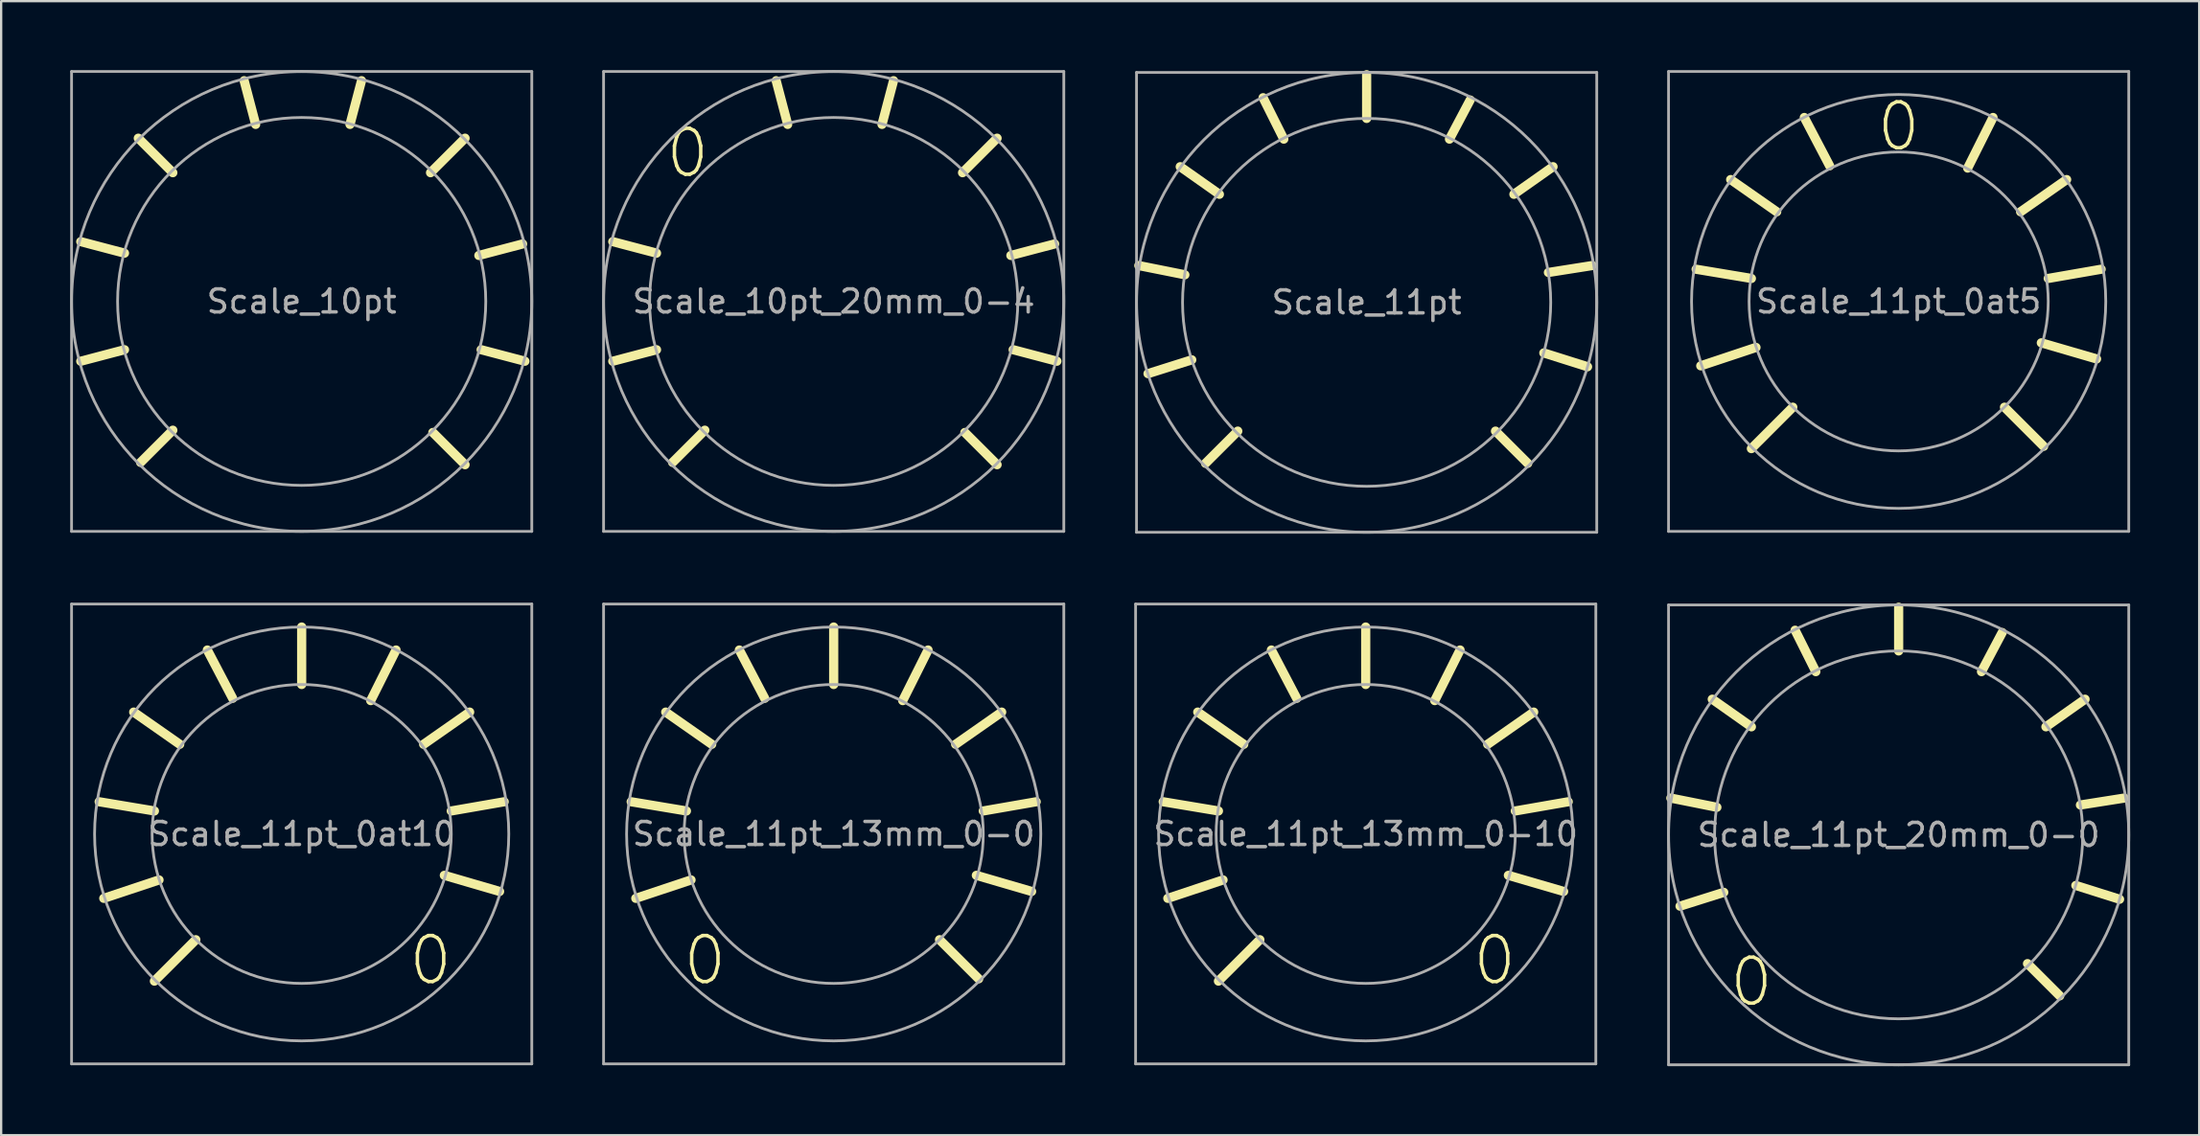
<source format=kicad_pcb>
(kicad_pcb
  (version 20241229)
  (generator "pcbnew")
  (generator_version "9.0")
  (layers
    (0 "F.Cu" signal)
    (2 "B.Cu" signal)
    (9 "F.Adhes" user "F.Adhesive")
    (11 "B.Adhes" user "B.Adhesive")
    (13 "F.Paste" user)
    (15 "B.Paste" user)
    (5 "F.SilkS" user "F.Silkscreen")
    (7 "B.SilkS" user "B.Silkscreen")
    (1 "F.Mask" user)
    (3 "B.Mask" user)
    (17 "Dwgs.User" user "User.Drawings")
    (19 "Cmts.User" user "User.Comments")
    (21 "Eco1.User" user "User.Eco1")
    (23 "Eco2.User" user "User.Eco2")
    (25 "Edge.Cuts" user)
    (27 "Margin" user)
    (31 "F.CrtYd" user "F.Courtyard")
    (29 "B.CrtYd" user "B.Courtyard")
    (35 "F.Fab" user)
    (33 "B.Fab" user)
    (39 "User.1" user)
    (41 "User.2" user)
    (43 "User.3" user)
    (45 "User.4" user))
  (footprint "Scale_10pt"
    (layer "F.Cu")
    (at 10.06 10.06)
    (property "Reference" "Scale_10pt" (at 0 0 0) (layer "F.Fab") (effects (font (size 1 1) (thickness 0.15))))
    (attr through_hole)
    (fp_line (start -7.7 -2.1) (end -9.6 -2.6) (stroke (width 0.4) (type solid)) (layer "F.SilkS"))
    (fp_line (start -7.7 2.1) (end -9.6 2.6) (stroke (width 0.4) (type solid)) (layer "F.SilkS"))
    (fp_line (start -5.6 -5.6) (end -7.1 -7.1) (stroke (width 0.4) (type solid)) (layer "F.SilkS"))
    (fp_line (start -5.6 5.6) (end -7 7) (stroke (width 0.4) (type solid)) (layer "F.SilkS"))
    (fp_line (start -2 -7.7) (end -2.5 -9.6) (stroke (width 0.4) (type solid)) (layer "F.SilkS"))
    (fp_line (start 2.1 -7.7) (end 2.6 -9.6) (stroke (width 0.4) (type solid)) (layer "F.SilkS"))
    (fp_line (start 5.6 -5.6) (end 7.1 -7.1) (stroke (width 0.4) (type solid)) (layer "F.SilkS"))
    (fp_line (start 5.7 5.7) (end 7.1 7.1) (stroke (width 0.4) (type solid)) (layer "F.SilkS"))
    (fp_line (start 7.7 -2) (end 9.6 -2.5) (stroke (width 0.4) (type solid)) (layer "F.SilkS"))
    (fp_line (start 7.8 2.1) (end 9.7 2.6) (stroke (width 0.4) (type solid)) (layer "F.SilkS"))
    (fp_line (start -10 -10) (end -10 10) (stroke (width 0.12) (type solid)) (layer "F.Fab"))
    (fp_line (start -10 -10) (end 10 -10) (stroke (width 0.12) (type solid)) (layer "F.Fab"))
    (fp_line (start -10 10) (end 10 10) (stroke (width 0.12) (type solid)) (layer "F.Fab"))
    (fp_line (start 10 -10) (end 10 10) (stroke (width 0.12) (type solid)) (layer "F.Fab"))
    (fp_circle (center 0 0) (end 8 0) (stroke (width 0.12) (type solid)) (fill no) (layer "F.Fab"))
    (fp_circle (center 0 0) (end 10 0) (stroke (width 0.12) (type solid)) (fill no) (layer "F.Fab")))
  (footprint "Scale_10pt_20mm_0-4"
    (layer "F.Cu")
    (at 33.18 10.06)
    (property "Reference" "Scale_10pt_20mm_0-4" (at 0 0 0) (layer "F.Fab") (effects (font (size 1 1) (thickness 0.15))))
    (attr through_hole)
    (fp_line (start -7.7 -2.1) (end -9.6 -2.6) (stroke (width 0.4) (type solid)) (layer "F.SilkS"))
    (fp_line (start -7.7 2.1) (end -9.6 2.6) (stroke (width 0.4) (type solid)) (layer "F.SilkS"))
    (fp_line (start -5.6 5.6) (end -7 7) (stroke (width 0.4) (type solid)) (layer "F.SilkS"))
    (fp_line (start -2 -7.7) (end -2.5 -9.6) (stroke (width 0.4) (type solid)) (layer "F.SilkS"))
    (fp_line (start 2.1 -7.7) (end 2.6 -9.6) (stroke (width 0.4) (type solid)) (layer "F.SilkS"))
    (fp_line (start 5.6 -5.6) (end 7.1 -7.1) (stroke (width 0.4) (type solid)) (layer "F.SilkS"))
    (fp_line (start 5.7 5.7) (end 7.1 7.1) (stroke (width 0.4) (type solid)) (layer "F.SilkS"))
    (fp_line (start 7.7 -2) (end 9.6 -2.5) (stroke (width 0.4) (type solid)) (layer "F.SilkS"))
    (fp_line (start 7.8 2.1) (end 9.7 2.6) (stroke (width 0.4) (type solid)) (layer "F.SilkS"))
    (fp_line (start -10 -10) (end -10 10) (stroke (width 0.12) (type solid)) (layer "F.Fab"))
    (fp_line (start -10 -10) (end 10 -10) (stroke (width 0.12) (type solid)) (layer "F.Fab"))
    (fp_line (start -10 10) (end 10 10) (stroke (width 0.12) (type solid)) (layer "F.Fab"))
    (fp_line (start 10 -10) (end 10 10) (stroke (width 0.12) (type solid)) (layer "F.Fab"))
    (fp_circle (center 0 0) (end 8 0) (stroke (width 0.12) (type solid)) (fill no) (layer "F.Fab"))
    (fp_circle (center 0 0) (end 10 0) (stroke (width 0.12) (type solid)) (fill no) (layer "F.Fab"))
    (fp_text user "0" (at -6.35 -6.447 0) (layer "F.SilkS") (effects (font (size 2 2) (thickness 0.15)))))
  (footprint "Scale_11pt_20mm_0-0"
    (layer "F.Cu")
    (at 79.46 33.26)
    (property "Reference" "Scale_11pt_20mm_0-0" (at 0 0 0) (layer "F.Fab") (effects (font (size 1 1) (thickness 0.15))))
    (attr through_hole)
    (fp_line (start -7.9 -1.2) (end -9.9 -1.6) (stroke (width 0.4) (type solid)) (layer "F.SilkS"))
    (fp_line (start -7.6 2.5) (end -9.5 3.1) (stroke (width 0.4) (type solid)) (layer "F.SilkS"))
    (fp_line (start -6.4 -4.7) (end -8.1 -5.9) (stroke (width 0.4) (type solid)) (layer "F.SilkS"))
    (fp_line (start -3.6 -7.1) (end -4.5 -8.9) (stroke (width 0.4) (type solid)) (layer "F.SilkS"))
    (fp_line (start 0 -8) (end 0 -9.9) (stroke (width 0.4) (type solid)) (layer "F.SilkS"))
    (fp_line (start 3.6 -7.1) (end 4.5 -8.8) (stroke (width 0.4) (type solid)) (layer "F.SilkS"))
    (fp_line (start 5.6 5.6) (end 7 7) (stroke (width 0.4) (type solid)) (layer "F.SilkS"))
    (fp_line (start 6.4 -4.7) (end 8.1 -5.9) (stroke (width 0.4) (type solid)) (layer "F.SilkS"))
    (fp_line (start 7.7 2.2) (end 9.6 2.8) (stroke (width 0.4) (type solid)) (layer "F.SilkS"))
    (fp_line (start 7.9 -1.3) (end 9.8 -1.6) (stroke (width 0.4) (type solid)) (layer "F.SilkS"))
    (fp_line (start -10 -10) (end -10 10) (stroke (width 0.12) (type solid)) (layer "F.Fab"))
    (fp_line (start -10 -10) (end 10 -10) (stroke (width 0.12) (type solid)) (layer "F.Fab"))
    (fp_line (start -10 10) (end 10 10) (stroke (width 0.12) (type solid)) (layer "F.Fab"))
    (fp_line (start 10 -10) (end 10 10) (stroke (width 0.12) (type solid)) (layer "F.Fab"))
    (fp_circle (center 0 0) (end 8 0) (stroke (width 0.12) (type solid)) (fill no) (layer "F.Fab"))
    (fp_circle (center 0 0) (end 10 0) (stroke (width 0.12) (type solid)) (fill no) (layer "F.Fab"))
    (fp_text user "0" (at -6.4 6.4 0) (layer "F.SilkS") (effects (font (size 2 2) (thickness 0.15)))))
  (footprint "Scale_11pt_13mm_0-10"
    (layer "F.Cu")
    (at 56.3 33.22)
    (property "Reference" "Scale_11pt_13mm_0-10" (at 0 0 0) (layer "F.Fab") (effects (font (size 1 1) (thickness 0.15))))
    (attr through_hole)
    (fp_line (start -6.4 -1) (end -8.8 -1.4) (stroke (width 0.4) (type solid)) (layer "F.SilkS"))
    (fp_line (start -6.2 2) (end -8.6 2.8) (stroke (width 0.4) (type solid)) (layer "F.SilkS"))
    (fp_line (start -5.3 -3.9) (end -7.3 -5.3) (stroke (width 0.4) (type solid)) (layer "F.SilkS"))
    (fp_line (start -4.6 4.6) (end -6.4 6.4) (stroke (width 0.4) (type solid)) (layer "F.SilkS"))
    (fp_line (start -3 -5.9) (end -4.1 -8) (stroke (width 0.4) (type solid)) (layer "F.SilkS"))
    (fp_line (start 0 -6.5) (end 0 -9) (stroke (width 0.4) (type solid)) (layer "F.SilkS"))
    (fp_line (start 3 -5.8) (end 4.1 -8) (stroke (width 0.4) (type solid)) (layer "F.SilkS"))
    (fp_line (start 5.3 -3.9) (end 7.3 -5.3) (stroke (width 0.4) (type solid)) (layer "F.SilkS"))
    (fp_line (start 6.2 1.8) (end 8.6 2.5) (stroke (width 0.4) (type solid)) (layer "F.SilkS"))
    (fp_line (start 6.5 -1) (end 8.8 -1.4) (stroke (width 0.4) (type solid)) (layer "F.SilkS"))
    (fp_line (start -10 -10) (end -10 10) (stroke (width 0.12) (type solid)) (layer "F.Fab"))
    (fp_line (start -10 -10) (end 10 -10) (stroke (width 0.12) (type solid)) (layer "F.Fab"))
    (fp_line (start -10 10) (end 10 10) (stroke (width 0.12) (type solid)) (layer "F.Fab"))
    (fp_line (start 10 -10) (end 10 10) (stroke (width 0.12) (type solid)) (layer "F.Fab"))
    (fp_circle (center 0 0) (end 6.5 0) (stroke (width 0.12) (type solid)) (fill no) (layer "F.Fab"))
    (fp_circle (center 0 0) (end 9 0) (stroke (width 0.12) (type solid)) (fill no) (layer "F.Fab"))
    (fp_text user "0" (at 5.6 5.5 0) (layer "F.SilkS") (effects (font (size 2 2) (thickness 0.15)))))
  (footprint "Scale_11pt_0at10"
    (layer "F.Cu")
    (at 10.06 33.22)
    (property "Reference" "Scale_11pt_0at10" (at 0 0 0) (layer "F.Fab") (effects (font (size 1 1) (thickness 0.15))))
    (attr through_hole)
    (fp_line (start -6.4 -1) (end -8.8 -1.4) (stroke (width 0.4) (type solid)) (layer "F.SilkS"))
    (fp_line (start -6.2 2) (end -8.6 2.8) (stroke (width 0.4) (type solid)) (layer "F.SilkS"))
    (fp_line (start -5.3 -3.9) (end -7.3 -5.3) (stroke (width 0.4) (type solid)) (layer "F.SilkS"))
    (fp_line (start -4.6 4.6) (end -6.4 6.4) (stroke (width 0.4) (type solid)) (layer "F.SilkS"))
    (fp_line (start -3 -5.9) (end -4.1 -8) (stroke (width 0.4) (type solid)) (layer "F.SilkS"))
    (fp_line (start 0 -6.5) (end 0 -9) (stroke (width 0.4) (type solid)) (layer "F.SilkS"))
    (fp_line (start 3 -5.8) (end 4.1 -8) (stroke (width 0.4) (type solid)) (layer "F.SilkS"))
    (fp_line (start 5.3 -3.9) (end 7.3 -5.3) (stroke (width 0.4) (type solid)) (layer "F.SilkS"))
    (fp_line (start 6.2 1.8) (end 8.6 2.5) (stroke (width 0.4) (type solid)) (layer "F.SilkS"))
    (fp_line (start 6.5 -1) (end 8.8 -1.4) (stroke (width 0.4) (type solid)) (layer "F.SilkS"))
    (fp_line (start -10 -10) (end -10 10) (stroke (width 0.12) (type solid)) (layer "F.Fab"))
    (fp_line (start -10 -10) (end 10 -10) (stroke (width 0.12) (type solid)) (layer "F.Fab"))
    (fp_line (start -10 10) (end 10 10) (stroke (width 0.12) (type solid)) (layer "F.Fab"))
    (fp_line (start 10 -10) (end 10 10) (stroke (width 0.12) (type solid)) (layer "F.Fab"))
    (fp_circle (center 0 0) (end 6.5 0) (stroke (width 0.12) (type solid)) (fill no) (layer "F.Fab"))
    (fp_circle (center 0 0) (end 9 0) (stroke (width 0.12) (type solid)) (fill no) (layer "F.Fab"))
    (fp_text user "0" (at 5.6 5.5 0) (layer "F.SilkS") (effects (font (size 2 2) (thickness 0.15)))))
  (footprint "Scale_11pt_13mm_0-0"
    (layer "F.Cu")
    (at 33.18 33.22)
    (property "Reference" "Scale_11pt_13mm_0-0" (at 0 0 0) (layer "F.Fab") (effects (font (size 1 1) (thickness 0.15))))
    (attr through_hole)
    (fp_line (start -6.4 -1) (end -8.8 -1.4) (stroke (width 0.4) (type solid)) (layer "F.SilkS"))
    (fp_line (start -6.2 2) (end -8.6 2.8) (stroke (width 0.4) (type solid)) (layer "F.SilkS"))
    (fp_line (start -5.3 -3.9) (end -7.3 -5.3) (stroke (width 0.4) (type solid)) (layer "F.SilkS"))
    (fp_line (start -3 -5.9) (end -4.1 -8) (stroke (width 0.4) (type solid)) (layer "F.SilkS"))
    (fp_line (start 0 -6.5) (end 0 -9) (stroke (width 0.4) (type solid)) (layer "F.SilkS"))
    (fp_line (start 3 -5.8) (end 4.1 -8) (stroke (width 0.4) (type solid)) (layer "F.SilkS"))
    (fp_line (start 4.6 4.6) (end 6.3 6.3) (stroke (width 0.4) (type solid)) (layer "F.SilkS"))
    (fp_line (start 5.3 -3.9) (end 7.3 -5.3) (stroke (width 0.4) (type solid)) (layer "F.SilkS"))
    (fp_line (start 6.2 1.8) (end 8.6 2.5) (stroke (width 0.4) (type solid)) (layer "F.SilkS"))
    (fp_line (start 6.5 -1) (end 8.8 -1.4) (stroke (width 0.4) (type solid)) (layer "F.SilkS"))
    (fp_line (start -10 -10) (end -10 10) (stroke (width 0.12) (type solid)) (layer "F.Fab"))
    (fp_line (start -10 -10) (end 10 -10) (stroke (width 0.12) (type solid)) (layer "F.Fab"))
    (fp_line (start -10 10) (end 10 10) (stroke (width 0.12) (type solid)) (layer "F.Fab"))
    (fp_line (start 10 -10) (end 10 10) (stroke (width 0.12) (type solid)) (layer "F.Fab"))
    (fp_circle (center 0 0) (end 6.5 0) (stroke (width 0.12) (type solid)) (fill no) (layer "F.Fab"))
    (fp_circle (center 0 0) (end 9 0) (stroke (width 0.12) (type solid)) (fill no) (layer "F.Fab"))
    (fp_text user "0" (at -5.6 5.5 0) (layer "F.SilkS") (effects (font (size 2 2) (thickness 0.15)))))
  (footprint "Scale_11pt_0at5"
    (layer "F.Cu")
    (at 79.46 10.06)
    (property "Reference" "Scale_11pt_0at5" (at 0 0 0) (layer "F.Fab") (effects (font (size 1 1) (thickness 0.15))))
    (attr through_hole)
    (fp_line (start -6.4 -1) (end -8.8 -1.4) (stroke (width 0.4) (type solid)) (layer "F.SilkS"))
    (fp_line (start -6.2 2) (end -8.6 2.8) (stroke (width 0.4) (type solid)) (layer "F.SilkS"))
    (fp_line (start -5.3 -3.9) (end -7.3 -5.3) (stroke (width 0.4) (type solid)) (layer "F.SilkS"))
    (fp_line (start -4.6 4.6) (end -6.4 6.4) (stroke (width 0.4) (type solid)) (layer "F.SilkS"))
    (fp_line (start -3 -5.9) (end -4.1 -8) (stroke (width 0.4) (type solid)) (layer "F.SilkS"))
    (fp_line (start 3 -5.8) (end 4.1 -8) (stroke (width 0.4) (type solid)) (layer "F.SilkS"))
    (fp_line (start 4.6 4.6) (end 6.3 6.3) (stroke (width 0.4) (type solid)) (layer "F.SilkS"))
    (fp_line (start 5.3 -3.9) (end 7.3 -5.3) (stroke (width 0.4) (type solid)) (layer "F.SilkS"))
    (fp_line (start 6.2 1.8) (end 8.6 2.5) (stroke (width 0.4) (type solid)) (layer "F.SilkS"))
    (fp_line (start 6.5 -1) (end 8.8 -1.4) (stroke (width 0.4) (type solid)) (layer "F.SilkS"))
    (fp_line (start -10 -10) (end -10 10) (stroke (width 0.12) (type solid)) (layer "F.Fab"))
    (fp_line (start -10 -10) (end 10 -10) (stroke (width 0.12) (type solid)) (layer "F.Fab"))
    (fp_line (start -10 10) (end 10 10) (stroke (width 0.12) (type solid)) (layer "F.Fab"))
    (fp_line (start 10 -10) (end 10 10) (stroke (width 0.12) (type solid)) (layer "F.Fab"))
    (fp_circle (center 0 0) (end 6.5 0) (stroke (width 0.12) (type solid)) (fill no) (layer "F.Fab"))
    (fp_circle (center 0 0) (end 9 0) (stroke (width 0.12) (type solid)) (fill no) (layer "F.Fab"))
    (fp_text user "0" (at 0 -7.6 0) (layer "F.SilkS") (effects (font (size 2 2) (thickness 0.15)))))
  (footprint "Scale_11pt"
    (layer "F.Cu")
    (at 56.34 10.1)
    (property "Reference" "Scale_11pt" (at 0 0 0) (layer "F.Fab") (effects (font (size 1 1) (thickness 0.15))))
    (attr through_hole)
    (fp_line (start -7.9 -1.2) (end -9.9 -1.6) (stroke (width 0.4) (type solid)) (layer "F.SilkS"))
    (fp_line (start -7.6 2.5) (end -9.5 3.1) (stroke (width 0.4) (type solid)) (layer "F.SilkS"))
    (fp_line (start -6.4 -4.7) (end -8.1 -5.9) (stroke (width 0.4) (type solid)) (layer "F.SilkS"))
    (fp_line (start -5.6 5.6) (end -7 7) (stroke (width 0.4) (type solid)) (layer "F.SilkS"))
    (fp_line (start -3.6 -7.1) (end -4.5 -8.9) (stroke (width 0.4) (type solid)) (layer "F.SilkS"))
    (fp_line (start 0 -8) (end 0 -9.9) (stroke (width 0.4) (type solid)) (layer "F.SilkS"))
    (fp_line (start 3.6 -7.1) (end 4.5 -8.8) (stroke (width 0.4) (type solid)) (layer "F.SilkS"))
    (fp_line (start 5.6 5.6) (end 7 7) (stroke (width 0.4) (type solid)) (layer "F.SilkS"))
    (fp_line (start 6.4 -4.7) (end 8.1 -5.9) (stroke (width 0.4) (type solid)) (layer "F.SilkS"))
    (fp_line (start 7.7 2.2) (end 9.6 2.8) (stroke (width 0.4) (type solid)) (layer "F.SilkS"))
    (fp_line (start 7.9 -1.3) (end 9.8 -1.6) (stroke (width 0.4) (type solid)) (layer "F.SilkS"))
    (fp_line (start -10 -10) (end -10 10) (stroke (width 0.12) (type solid)) (layer "F.Fab"))
    (fp_line (start -10 -10) (end 10 -10) (stroke (width 0.12) (type solid)) (layer "F.Fab"))
    (fp_line (start -10 10) (end 10 10) (stroke (width 0.12) (type solid)) (layer "F.Fab"))
    (fp_line (start 10 -10) (end 10 10) (stroke (width 0.12) (type solid)) (layer "F.Fab"))
    (fp_circle (center 0 0) (end 8 0) (stroke (width 0.12) (type solid)) (fill no) (layer "F.Fab"))
    (fp_circle (center 0 0) (end 10 0) (stroke (width 0.12) (type solid)) (fill no) (layer "F.Fab")))
  (gr_rect
    (start -3 -3)
    (end 92.52 46.32)
    (stroke (width 0.1) (type default))
    (fill no)
    (layer "Edge.Cuts")))
</source>
